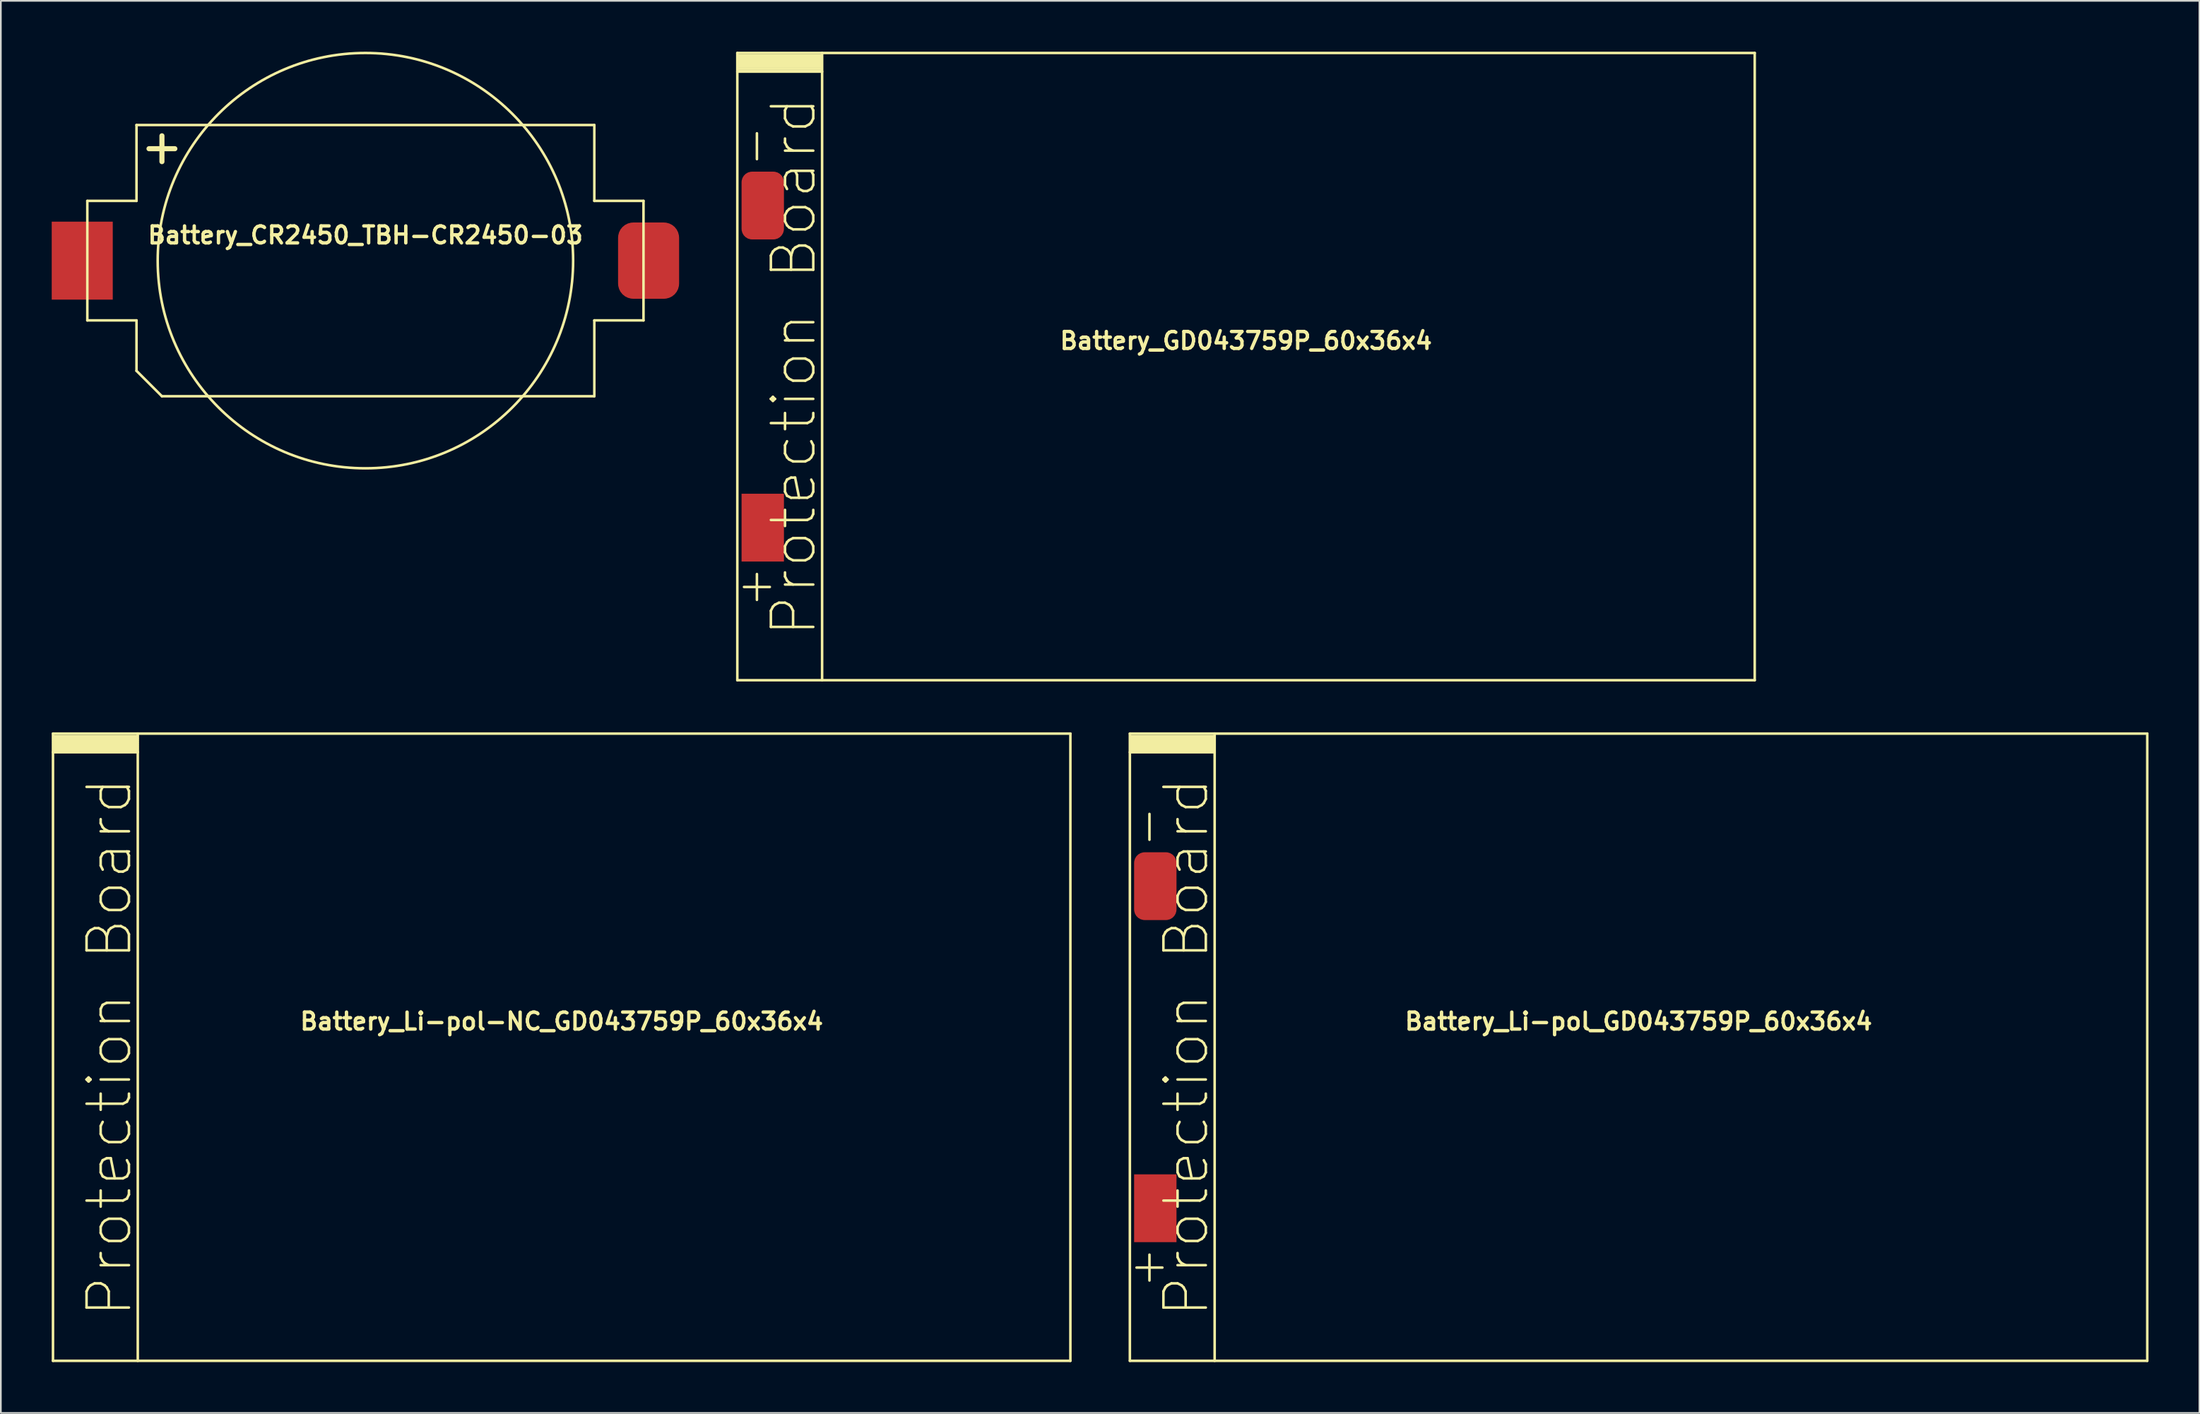
<source format=kicad_pcb>
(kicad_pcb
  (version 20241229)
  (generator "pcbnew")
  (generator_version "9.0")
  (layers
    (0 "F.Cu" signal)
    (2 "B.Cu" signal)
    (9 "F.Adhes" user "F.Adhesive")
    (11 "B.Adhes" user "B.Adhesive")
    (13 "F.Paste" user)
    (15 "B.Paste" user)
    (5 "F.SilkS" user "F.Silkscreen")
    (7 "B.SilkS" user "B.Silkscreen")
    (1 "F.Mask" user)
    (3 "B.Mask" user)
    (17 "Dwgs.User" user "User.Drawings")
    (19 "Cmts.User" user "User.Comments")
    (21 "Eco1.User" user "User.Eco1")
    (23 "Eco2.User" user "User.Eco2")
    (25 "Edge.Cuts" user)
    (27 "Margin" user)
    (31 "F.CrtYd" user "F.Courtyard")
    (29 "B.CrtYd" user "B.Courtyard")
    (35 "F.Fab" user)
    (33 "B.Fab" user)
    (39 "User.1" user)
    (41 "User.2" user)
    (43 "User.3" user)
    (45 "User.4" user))
  (footprint "Battery_CR2450_TBH-CR2450-03"
    (layer "F.Cu")
    (at 18.5 12.325)
    (property "Reference" "Battery_CR2450_TBH-CR2450-03" (at 0 -1.5 0) (layer "F.SilkS") (effects (font (size 1 1) (thickness 0.2))))
    (attr smd)
    (fp_line (start -16.4 -3.525) (end -16.4 3.525) (stroke (width 0.15) (type solid)) (layer "F.SilkS"))
    (fp_line (start -16.4 -3.525) (end -13.5 -3.525) (stroke (width 0.15) (type solid)) (layer "F.SilkS"))
    (fp_line (start -16.4 3.525) (end -13.5 3.525) (stroke (width 0.15) (type solid)) (layer "F.SilkS"))
    (fp_line (start -13.5 -3.525) (end -13.5 -8) (stroke (width 0.15) (type solid)) (layer "F.SilkS"))
    (fp_line (start -13.5 3.525) (end -13.5 6.5) (stroke (width 0.15) (type solid)) (layer "F.SilkS"))
    (fp_line (start -12 8) (end -13.5 6.5) (stroke (width 0.15) (type solid)) (layer "F.SilkS"))
    (fp_line (start 13.5 -8) (end -13.5 -8) (stroke (width 0.15) (type solid)) (layer "F.SilkS"))
    (fp_line (start 13.5 -3.525) (end 13.5 -8) (stroke (width 0.15) (type solid)) (layer "F.SilkS"))
    (fp_line (start 13.5 3.525) (end 13.5 8) (stroke (width 0.15) (type solid)) (layer "F.SilkS"))
    (fp_line (start 13.5 8) (end -12 8) (stroke (width 0.15) (type solid)) (layer "F.SilkS"))
    (fp_line (start 16.4 -3.525) (end 13.5 -3.525) (stroke (width 0.15) (type solid)) (layer "F.SilkS"))
    (fp_line (start 16.4 -3.525) (end 16.4 3.525) (stroke (width 0.15) (type solid)) (layer "F.SilkS"))
    (fp_line (start 16.4 3.525) (end 13.5 3.525) (stroke (width 0.15) (type solid)) (layer "F.SilkS"))
    (fp_circle (center 0 0) (end 12.25 0) (stroke (width 0.15) (type solid)) (fill no) (layer "F.SilkS"))
    (fp_text user "+" (at -12 -6.75 0) (layer "F.SilkS") (effects (font (size 2 2) (thickness 0.3))))
    (pad "A" smd rect (at -16.7 0) (size 3.6 4.6) (layers "F.Cu" "F.Mask" "F.Paste"))
    (pad "C" smd roundrect (at 16.7 0) (size 3.6 4.5) (layers "F.Cu" "F.Mask" "F.Paste") (roundrect_rratio 0.25)))
  (footprint "Battery_GD043759P_60x36x4"
    (layer "F.Cu")
    (at 70.433 18.575)
    (property "Reference" "Battery_GD043759P_60x36x4" (at 0 -1.524 0) (layer "F.SilkS") (effects (font (size 1 1) (thickness 0.2))))
    (attr through_hole)
    (fp_line (start -30 18.5) (end -30 -18.5) (stroke (width 0.15) (type solid)) (layer "F.SilkS"))
    (fp_line (start -29.972 -18.352) (end -25.019 -18.352) (stroke (width 0.15) (type solid)) (layer "F.SilkS"))
    (fp_line (start -29.972 -18.098) (end -25.019 -18.098) (stroke (width 0.15) (type solid)) (layer "F.SilkS"))
    (fp_line (start -29.972 -17.843) (end -25.019 -17.843) (stroke (width 0.15) (type solid)) (layer "F.SilkS"))
    (fp_line (start -29.972 -17.59) (end -25.019 -17.59) (stroke (width 0.15) (type solid)) (layer "F.SilkS"))
    (fp_line (start -25.019 -18.224) (end -29.972 -18.224) (stroke (width 0.15) (type solid)) (layer "F.SilkS"))
    (fp_line (start -25.019 -17.971) (end -29.972 -17.971) (stroke (width 0.15) (type solid)) (layer "F.SilkS"))
    (fp_line (start -25.019 -17.716) (end -29.972 -17.716) (stroke (width 0.15) (type solid)) (layer "F.SilkS"))
    (fp_line (start -25.019 -17.462) (end -29.972 -17.462) (stroke (width 0.15) (type solid)) (layer "F.SilkS"))
    (fp_line (start -25 -17.399) (end -30 -17.399) (stroke (width 0.15) (type solid)) (layer "F.SilkS"))
    (fp_line (start -25 18.5) (end -25 -18.5) (stroke (width 0.15) (type solid)) (layer "F.SilkS"))
    (fp_line (start 30 -18.5) (end -30 -18.5) (stroke (width 0.15) (type solid)) (layer "F.SilkS"))
    (fp_line (start 30 18.5) (end -30 18.5) (stroke (width 0.15) (type solid)) (layer "F.SilkS"))
    (fp_line (start 30 18.5) (end 30 -18.5) (stroke (width 0.15) (type solid)) (layer "F.SilkS"))
    (fp_text user "+" (at -29 13 90) (layer "F.SilkS") (effects (font (size 2 2) (thickness 0.15))))
    (fp_text user "-" (at -29 -13 90) (layer "F.SilkS") (effects (font (size 2 2) (thickness 0.15))))
    (fp_text user "Protection Board" (at -26.67 0 90) (layer "F.SilkS") (effects (font (size 2.5 2.5) (thickness 0.15))))
    (pad "A" smd rect (at -28.5 9.5) (size 2.5 4) (layers "F.Cu" "F.Mask" "F.Paste"))
    (pad "C" smd roundrect (at -28.5 -9.5) (size 2.5 4) (layers "F.Cu" "F.Mask" "F.Paste") (roundrect_rratio 0.25)))
  (footprint "Battery_Li-pol-NC_GD043759P_60x36x4"
    (layer "F.Cu")
    (at 30.075 58.725)
    (property "Reference" "Battery_Li-pol-NC_GD043759P_60x36x4" (at 0 -1.524 0) (layer "F.SilkS") (effects (font (size 1 1) (thickness 0.2))))
    (attr exclude_from_pos_files exclude_from_bom)
    (fp_line (start -30 18.5) (end -30 -18.5) (stroke (width 0.15) (type solid)) (layer "F.SilkS"))
    (fp_line (start -29.972 -18.352) (end -25.019 -18.352) (stroke (width 0.15) (type solid)) (layer "F.SilkS"))
    (fp_line (start -29.972 -18.098) (end -25.019 -18.098) (stroke (width 0.15) (type solid)) (layer "F.SilkS"))
    (fp_line (start -29.972 -17.843) (end -25.019 -17.843) (stroke (width 0.15) (type solid)) (layer "F.SilkS"))
    (fp_line (start -29.972 -17.59) (end -25.019 -17.59) (stroke (width 0.15) (type solid)) (layer "F.SilkS"))
    (fp_line (start -25.019 -18.224) (end -29.972 -18.224) (stroke (width 0.15) (type solid)) (layer "F.SilkS"))
    (fp_line (start -25.019 -17.971) (end -29.972 -17.971) (stroke (width 0.15) (type solid)) (layer "F.SilkS"))
    (fp_line (start -25.019 -17.716) (end -29.972 -17.716) (stroke (width 0.15) (type solid)) (layer "F.SilkS"))
    (fp_line (start -25.019 -17.462) (end -29.972 -17.462) (stroke (width 0.15) (type solid)) (layer "F.SilkS"))
    (fp_line (start -25 -17.399) (end -30 -17.399) (stroke (width 0.15) (type solid)) (layer "F.SilkS"))
    (fp_line (start -25 18.5) (end -25 -18.5) (stroke (width 0.15) (type solid)) (layer "F.SilkS"))
    (fp_line (start 30 -18.5) (end -30 -18.5) (stroke (width 0.15) (type solid)) (layer "F.SilkS"))
    (fp_line (start 30 18.5) (end -30 18.5) (stroke (width 0.15) (type solid)) (layer "F.SilkS"))
    (fp_line (start 30 18.5) (end 30 -18.5) (stroke (width 0.15) (type solid)) (layer "F.SilkS"))
    (fp_text user "Protection Board" (at -26.67 0 90) (layer "F.SilkS") (effects (font (size 2.5 2.5) (thickness 0.15)))))
  (footprint "Battery_Li-pol_GD043759P_60x36x4"
    (layer "F.Cu")
    (at 93.583 58.725)
    (property "Reference" "Battery_Li-pol_GD043759P_60x36x4" (at 0 -1.524 0) (layer "F.SilkS") (effects (font (size 1 1) (thickness 0.2))))
    (attr through_hole)
    (fp_line (start -30 18.5) (end -30 -18.5) (stroke (width 0.15) (type solid)) (layer "F.SilkS"))
    (fp_line (start -29.972 -18.352) (end -25.019 -18.352) (stroke (width 0.15) (type solid)) (layer "F.SilkS"))
    (fp_line (start -29.972 -18.098) (end -25.019 -18.098) (stroke (width 0.15) (type solid)) (layer "F.SilkS"))
    (fp_line (start -29.972 -17.843) (end -25.019 -17.843) (stroke (width 0.15) (type solid)) (layer "F.SilkS"))
    (fp_line (start -29.972 -17.59) (end -25.019 -17.59) (stroke (width 0.15) (type solid)) (layer "F.SilkS"))
    (fp_line (start -25.019 -18.224) (end -29.972 -18.224) (stroke (width 0.15) (type solid)) (layer "F.SilkS"))
    (fp_line (start -25.019 -17.971) (end -29.972 -17.971) (stroke (width 0.15) (type solid)) (layer "F.SilkS"))
    (fp_line (start -25.019 -17.716) (end -29.972 -17.716) (stroke (width 0.15) (type solid)) (layer "F.SilkS"))
    (fp_line (start -25.019 -17.462) (end -29.972 -17.462) (stroke (width 0.15) (type solid)) (layer "F.SilkS"))
    (fp_line (start -25 -17.399) (end -30 -17.399) (stroke (width 0.15) (type solid)) (layer "F.SilkS"))
    (fp_line (start -25 18.5) (end -25 -18.5) (stroke (width 0.15) (type solid)) (layer "F.SilkS"))
    (fp_line (start 30 -18.5) (end -30 -18.5) (stroke (width 0.15) (type solid)) (layer "F.SilkS"))
    (fp_line (start 30 18.5) (end -30 18.5) (stroke (width 0.15) (type solid)) (layer "F.SilkS"))
    (fp_line (start 30 18.5) (end 30 -18.5) (stroke (width 0.15) (type solid)) (layer "F.SilkS"))
    (fp_text user "-" (at -29 -13 90) (layer "F.SilkS") (effects (font (size 2 2) (thickness 0.15))))
    (fp_text user "+" (at -29 13 90) (layer "F.SilkS") (effects (font (size 2 2) (thickness 0.15))))
    (fp_text user "Protection Board" (at -26.67 0 90) (layer "F.SilkS") (effects (font (size 2.5 2.5) (thickness 0.15))))
    (pad "A" smd rect (at -28.5 9.5) (size 2.5 4) (layers "F.Cu" "F.Mask" "F.Paste"))
    (pad "C" smd roundrect (at -28.5 -9.5) (size 2.5 4) (layers "F.Cu" "F.Mask" "F.Paste") (roundrect_rratio 0.25)))
  (gr_rect
    (start -3 -3)
    (end 126.658 80.3)
    (stroke (width 0.1) (type default))
    (fill no)
    (layer "Edge.Cuts")))
</source>
